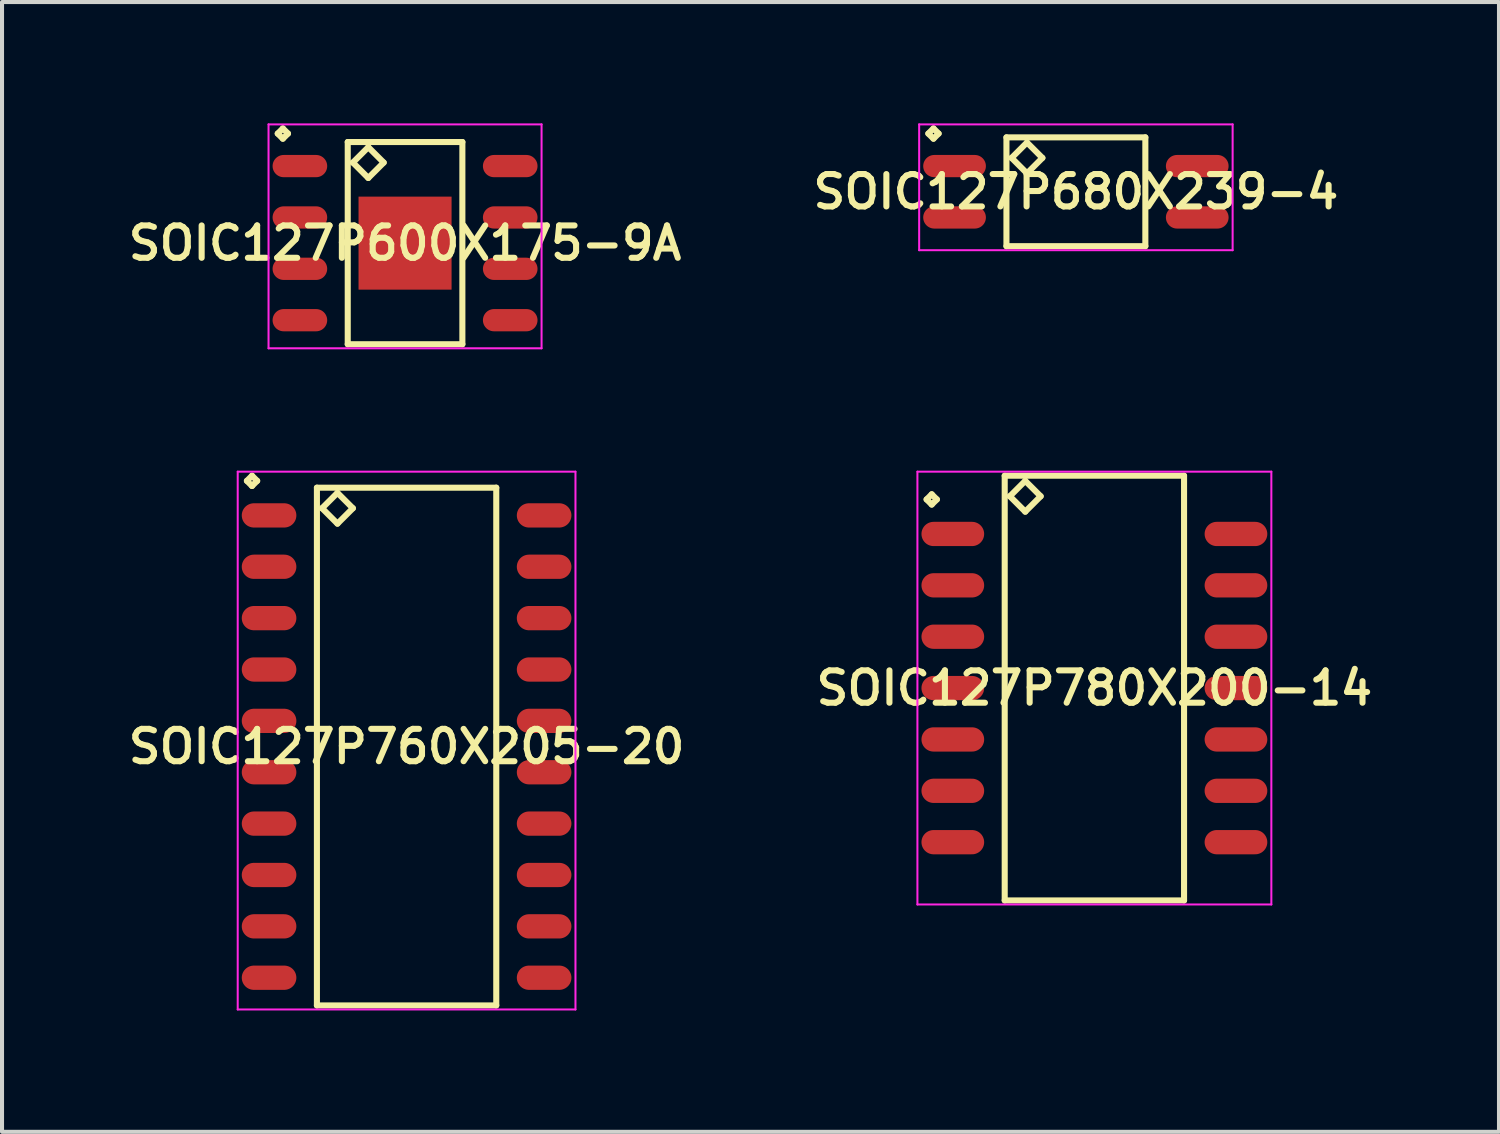
<source format=kicad_pcb>
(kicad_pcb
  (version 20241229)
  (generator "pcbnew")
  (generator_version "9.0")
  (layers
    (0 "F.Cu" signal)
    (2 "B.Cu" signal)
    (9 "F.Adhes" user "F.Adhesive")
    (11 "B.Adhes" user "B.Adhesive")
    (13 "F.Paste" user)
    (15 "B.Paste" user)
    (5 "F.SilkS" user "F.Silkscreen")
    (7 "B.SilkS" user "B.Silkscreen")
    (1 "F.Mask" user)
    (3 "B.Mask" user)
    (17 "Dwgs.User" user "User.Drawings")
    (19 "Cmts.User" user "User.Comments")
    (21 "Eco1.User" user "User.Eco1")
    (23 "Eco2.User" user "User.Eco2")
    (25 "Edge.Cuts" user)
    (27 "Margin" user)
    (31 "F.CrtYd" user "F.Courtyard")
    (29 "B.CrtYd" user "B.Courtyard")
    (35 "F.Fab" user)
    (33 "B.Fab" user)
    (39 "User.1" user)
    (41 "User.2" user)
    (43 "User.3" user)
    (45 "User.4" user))
  (footprint "SOIC127P680X239-4"
    (layer "F.Cu")
    (at 23.549 1.691)
    (property "Reference" "SOIC127P680X239-4" (at 0 0 0) (layer "F.SilkS") (effects (font (size 0.8 0.8) (thickness 0.15))))
    (attr smd)
    (fp_line (start -3.648 -1.439) (end -3.521 -1.566) (stroke (width 0.15) (type solid)) (layer "F.SilkS"))
    (fp_line (start -3.521 -1.566) (end -3.394 -1.439) (stroke (width 0.15) (type solid)) (layer "F.SilkS"))
    (fp_line (start -3.521 -1.312) (end -3.648 -1.439) (stroke (width 0.15) (type solid)) (layer "F.SilkS"))
    (fp_line (start -3.394 -1.439) (end -3.521 -1.312) (stroke (width 0.15) (type solid)) (layer "F.SilkS"))
    (fp_line (start -1.717 -1.345) (end -1.717 1.345) (stroke (width 0.15) (type solid)) (layer "F.SilkS"))
    (fp_line (start -1.717 1.345) (end 1.717 1.345) (stroke (width 0.15) (type solid)) (layer "F.SilkS"))
    (fp_line (start -1.59 -0.837) (end -1.209 -1.218) (stroke (width 0.15) (type solid)) (layer "F.SilkS"))
    (fp_line (start -1.209 -1.218) (end -0.828 -0.837) (stroke (width 0.15) (type solid)) (layer "F.SilkS"))
    (fp_line (start -1.209 -0.456) (end -1.59 -0.837) (stroke (width 0.15) (type solid)) (layer "F.SilkS"))
    (fp_line (start -0.828 -0.837) (end -1.209 -0.456) (stroke (width 0.15) (type solid)) (layer "F.SilkS"))
    (fp_line (start 1.717 -1.345) (end -1.717 -1.345) (stroke (width 0.15) (type solid)) (layer "F.SilkS"))
    (fp_line (start 1.717 1.345) (end 1.717 -1.345) (stroke (width 0.15) (type solid)) (layer "F.SilkS"))
    (fp_line (start -3.875 -1.666) (end 3.875 -1.666) (stroke (width 0.05) (type solid)) (layer "F.CrtYd"))
    (fp_line (start -3.875 1.445) (end -3.875 -1.666) (stroke (width 0.05) (type solid)) (layer "F.CrtYd"))
    (fp_line (start 3.875 -1.666) (end 3.875 1.445) (stroke (width 0.05) (type solid)) (layer "F.CrtYd"))
    (fp_line (start 3.875 1.445) (end -3.875 1.445) (stroke (width 0.05) (type solid)) (layer "F.CrtYd"))
    (pad "1" smd oval (at -3 -0.635) (size 1.55 0.55) (layers "F.Cu" "F.Mask" "F.Paste"))
    (pad "2" smd oval (at -3 0.635) (size 1.55 0.55) (layers "F.Cu" "F.Mask" "F.Paste"))
    (pad "3" smd oval (at 3 0.635) (size 1.55 0.55) (layers "F.Cu" "F.Mask" "F.Paste"))
    (pad "4" smd oval (at 3 -0.635) (size 1.55 0.55) (layers "F.Cu" "F.Mask" "F.Paste")))
  (footprint "SOIC127P760X205-20"
    (layer "F.Cu")
    (at 7.002 15.407)
    (property "Reference" "SOIC127P760X205-20" (at 0 0 0) (layer "F.SilkS") (effects (font (size 0.8 0.8) (thickness 0.15))))
    (attr smd)
    (fp_line (start -3.948 -6.569) (end -3.821 -6.696) (stroke (width 0.15) (type solid)) (layer "F.SilkS"))
    (fp_line (start -3.821 -6.696) (end -3.694 -6.569) (stroke (width 0.15) (type solid)) (layer "F.SilkS"))
    (fp_line (start -3.821 -6.442) (end -3.948 -6.569) (stroke (width 0.15) (type solid)) (layer "F.SilkS"))
    (fp_line (start -3.694 -6.569) (end -3.821 -6.442) (stroke (width 0.15) (type solid)) (layer "F.SilkS"))
    (fp_line (start -2.217 -6.4) (end -2.217 6.4) (stroke (width 0.15) (type solid)) (layer "F.SilkS"))
    (fp_line (start -2.217 6.4) (end 2.217 6.4) (stroke (width 0.15) (type solid)) (layer "F.SilkS"))
    (fp_line (start -2.09 -5.892) (end -1.709 -6.273) (stroke (width 0.15) (type solid)) (layer "F.SilkS"))
    (fp_line (start -1.709 -6.273) (end -1.328 -5.892) (stroke (width 0.15) (type solid)) (layer "F.SilkS"))
    (fp_line (start -1.709 -5.511) (end -2.09 -5.892) (stroke (width 0.15) (type solid)) (layer "F.SilkS"))
    (fp_line (start -1.328 -5.892) (end -1.709 -5.511) (stroke (width 0.15) (type solid)) (layer "F.SilkS"))
    (fp_line (start 2.217 -6.4) (end -2.217 -6.4) (stroke (width 0.15) (type solid)) (layer "F.SilkS"))
    (fp_line (start 2.217 6.4) (end 2.217 -6.4) (stroke (width 0.15) (type solid)) (layer "F.SilkS"))
    (fp_line (start -4.175 -6.796) (end 4.175 -6.796) (stroke (width 0.05) (type solid)) (layer "F.CrtYd"))
    (fp_line (start -4.175 6.5) (end -4.175 -6.796) (stroke (width 0.05) (type solid)) (layer "F.CrtYd"))
    (fp_line (start 4.175 -6.796) (end 4.175 6.5) (stroke (width 0.05) (type solid)) (layer "F.CrtYd"))
    (fp_line (start 4.175 6.5) (end -4.175 6.5) (stroke (width 0.05) (type solid)) (layer "F.CrtYd"))
    (pad "1" smd oval (at -3.4 -5.715) (size 1.35 0.6) (layers "F.Cu" "F.Mask" "F.Paste"))
    (pad "2" smd oval (at -3.4 -4.445) (size 1.35 0.6) (layers "F.Cu" "F.Mask" "F.Paste"))
    (pad "3" smd oval (at -3.4 -3.175) (size 1.35 0.6) (layers "F.Cu" "F.Mask" "F.Paste"))
    (pad "4" smd oval (at -3.4 -1.905) (size 1.35 0.6) (layers "F.Cu" "F.Mask" "F.Paste"))
    (pad "5" smd oval (at -3.4 -0.635) (size 1.35 0.6) (layers "F.Cu" "F.Mask" "F.Paste"))
    (pad "6" smd oval (at -3.4 0.635) (size 1.35 0.6) (layers "F.Cu" "F.Mask" "F.Paste"))
    (pad "7" smd oval (at -3.4 1.905) (size 1.35 0.6) (layers "F.Cu" "F.Mask" "F.Paste"))
    (pad "8" smd oval (at -3.4 3.175) (size 1.35 0.6) (layers "F.Cu" "F.Mask" "F.Paste"))
    (pad "9" smd oval (at -3.4 4.445) (size 1.35 0.6) (layers "F.Cu" "F.Mask" "F.Paste"))
    (pad "10" smd oval (at -3.4 5.715) (size 1.35 0.6) (layers "F.Cu" "F.Mask" "F.Paste"))
    (pad "11" smd oval (at 3.4 5.715) (size 1.35 0.6) (layers "F.Cu" "F.Mask" "F.Paste"))
    (pad "12" smd oval (at 3.4 4.445) (size 1.35 0.6) (layers "F.Cu" "F.Mask" "F.Paste"))
    (pad "13" smd oval (at 3.4 3.175) (size 1.35 0.6) (layers "F.Cu" "F.Mask" "F.Paste"))
    (pad "14" smd oval (at 3.4 1.905) (size 1.35 0.6) (layers "F.Cu" "F.Mask" "F.Paste"))
    (pad "15" smd oval (at 3.4 0.635) (size 1.35 0.6) (layers "F.Cu" "F.Mask" "F.Paste"))
    (pad "16" smd oval (at 3.4 -0.635) (size 1.35 0.6) (layers "F.Cu" "F.Mask" "F.Paste"))
    (pad "17" smd oval (at 3.4 -1.905) (size 1.35 0.6) (layers "F.Cu" "F.Mask" "F.Paste"))
    (pad "18" smd oval (at 3.4 -3.175) (size 1.35 0.6) (layers "F.Cu" "F.Mask" "F.Paste"))
    (pad "19" smd oval (at 3.4 -4.445) (size 1.35 0.6) (layers "F.Cu" "F.Mask" "F.Paste"))
    (pad "20" smd oval (at 3.4 -5.715) (size 1.35 0.6) (layers "F.Cu" "F.Mask" "F.Paste")))
  (footprint "SOIC127P780X200-14"
    (layer "F.Cu")
    (at 24.006 13.961)
    (property "Reference" "SOIC127P780X200-14" (at 0 0 0) (layer "F.SilkS") (effects (font (size 0.8 0.8) (thickness 0.15))))
    (attr smd)
    (fp_line (start -4.148 -4.664) (end -4.021 -4.791) (stroke (width 0.15) (type solid)) (layer "F.SilkS"))
    (fp_line (start -4.021 -4.791) (end -3.894 -4.664) (stroke (width 0.15) (type solid)) (layer "F.SilkS"))
    (fp_line (start -4.021 -4.537) (end -4.148 -4.664) (stroke (width 0.15) (type solid)) (layer "F.SilkS"))
    (fp_line (start -3.894 -4.664) (end -4.021 -4.537) (stroke (width 0.15) (type solid)) (layer "F.SilkS"))
    (fp_line (start -2.217 -5.25) (end -2.217 5.25) (stroke (width 0.15) (type solid)) (layer "F.SilkS"))
    (fp_line (start -2.217 5.25) (end 2.217 5.25) (stroke (width 0.15) (type solid)) (layer "F.SilkS"))
    (fp_line (start -2.09 -4.742) (end -1.709 -5.123) (stroke (width 0.15) (type solid)) (layer "F.SilkS"))
    (fp_line (start -1.709 -5.123) (end -1.328 -4.742) (stroke (width 0.15) (type solid)) (layer "F.SilkS"))
    (fp_line (start -1.709 -4.361) (end -2.09 -4.742) (stroke (width 0.15) (type solid)) (layer "F.SilkS"))
    (fp_line (start -1.328 -4.742) (end -1.709 -4.361) (stroke (width 0.15) (type solid)) (layer "F.SilkS"))
    (fp_line (start 2.217 -5.25) (end -2.217 -5.25) (stroke (width 0.15) (type solid)) (layer "F.SilkS"))
    (fp_line (start 2.217 5.25) (end 2.217 -5.25) (stroke (width 0.15) (type solid)) (layer "F.SilkS"))
    (fp_line (start -4.375 -5.35) (end 4.375 -5.35) (stroke (width 0.05) (type solid)) (layer "F.CrtYd"))
    (fp_line (start -4.375 5.35) (end -4.375 -5.35) (stroke (width 0.05) (type solid)) (layer "F.CrtYd"))
    (fp_line (start 4.375 -5.35) (end 4.375 5.35) (stroke (width 0.05) (type solid)) (layer "F.CrtYd"))
    (fp_line (start 4.375 5.35) (end -4.375 5.35) (stroke (width 0.05) (type solid)) (layer "F.CrtYd"))
    (pad "1" smd oval (at -3.5 -3.81) (size 1.55 0.6) (layers "F.Cu" "F.Mask" "F.Paste"))
    (pad "2" smd oval (at -3.5 -2.54) (size 1.55 0.6) (layers "F.Cu" "F.Mask" "F.Paste"))
    (pad "3" smd oval (at -3.5 -1.27) (size 1.55 0.6) (layers "F.Cu" "F.Mask" "F.Paste"))
    (pad "4" smd oval (at -3.5 0) (size 1.55 0.6) (layers "F.Cu" "F.Mask" "F.Paste"))
    (pad "5" smd oval (at -3.5 1.27) (size 1.55 0.6) (layers "F.Cu" "F.Mask" "F.Paste"))
    (pad "6" smd oval (at -3.5 2.54) (size 1.55 0.6) (layers "F.Cu" "F.Mask" "F.Paste"))
    (pad "7" smd oval (at -3.5 3.81) (size 1.55 0.6) (layers "F.Cu" "F.Mask" "F.Paste"))
    (pad "8" smd oval (at 3.5 3.81) (size 1.55 0.6) (layers "F.Cu" "F.Mask" "F.Paste"))
    (pad "9" smd oval (at 3.5 2.54) (size 1.55 0.6) (layers "F.Cu" "F.Mask" "F.Paste"))
    (pad "10" smd oval (at 3.5 1.27) (size 1.55 0.6) (layers "F.Cu" "F.Mask" "F.Paste"))
    (pad "11" smd oval (at 3.5 0) (size 1.55 0.6) (layers "F.Cu" "F.Mask" "F.Paste"))
    (pad "12" smd oval (at 3.5 -1.27) (size 1.55 0.6) (layers "F.Cu" "F.Mask" "F.Paste"))
    (pad "13" smd oval (at 3.5 -2.54) (size 1.55 0.6) (layers "F.Cu" "F.Mask" "F.Paste"))
    (pad "14" smd oval (at 3.5 -3.81) (size 1.55 0.6) (layers "F.Cu" "F.Mask" "F.Paste")))
  (footprint "SOIC127P600X175-9A"
    (layer "F.Cu")
    (at 6.964 2.961)
    (property "Reference" "SOIC127P600X175-9A" (at 0 0 0) (layer "F.SilkS") (effects (font (size 0.8 0.8) (thickness 0.15))))
    (attr smd)
    (fp_line (start -3.148 -2.709) (end -3.021 -2.836) (stroke (width 0.15) (type solid)) (layer "F.SilkS"))
    (fp_line (start -3.021 -2.836) (end -2.894 -2.709) (stroke (width 0.15) (type solid)) (layer "F.SilkS"))
    (fp_line (start -3.021 -2.582) (end -3.148 -2.709) (stroke (width 0.15) (type solid)) (layer "F.SilkS"))
    (fp_line (start -2.894 -2.709) (end -3.021 -2.582) (stroke (width 0.15) (type solid)) (layer "F.SilkS"))
    (fp_line (start -1.417 -2.5) (end -1.417 2.5) (stroke (width 0.15) (type solid)) (layer "F.SilkS"))
    (fp_line (start -1.417 2.5) (end 1.417 2.5) (stroke (width 0.15) (type solid)) (layer "F.SilkS"))
    (fp_line (start -1.29 -1.992) (end -0.909 -2.373) (stroke (width 0.15) (type solid)) (layer "F.SilkS"))
    (fp_line (start -0.909 -2.373) (end -0.528 -1.992) (stroke (width 0.15) (type solid)) (layer "F.SilkS"))
    (fp_line (start -0.909 -1.611) (end -1.29 -1.992) (stroke (width 0.15) (type solid)) (layer "F.SilkS"))
    (fp_line (start -0.528 -1.992) (end -0.909 -1.611) (stroke (width 0.15) (type solid)) (layer "F.SilkS"))
    (fp_line (start 1.417 -2.5) (end -1.417 -2.5) (stroke (width 0.15) (type solid)) (layer "F.SilkS"))
    (fp_line (start 1.417 2.5) (end 1.417 -2.5) (stroke (width 0.15) (type solid)) (layer "F.SilkS"))
    (fp_line (start -3.375 -2.936) (end 3.375 -2.936) (stroke (width 0.05) (type solid)) (layer "F.CrtYd"))
    (fp_line (start -3.375 2.6) (end -3.375 -2.936) (stroke (width 0.05) (type solid)) (layer "F.CrtYd"))
    (fp_line (start 3.375 -2.936) (end 3.375 2.6) (stroke (width 0.05) (type solid)) (layer "F.CrtYd"))
    (fp_line (start 3.375 2.6) (end -3.375 2.6) (stroke (width 0.05) (type solid)) (layer "F.CrtYd"))
    (pad "1" smd oval (at -2.6 -1.905) (size 1.35 0.55) (layers "F.Cu" "F.Mask" "F.Paste"))
    (pad "2" smd oval (at -2.6 -0.635) (size 1.35 0.55) (layers "F.Cu" "F.Mask" "F.Paste"))
    (pad "3" smd oval (at -2.6 0.635) (size 1.35 0.55) (layers "F.Cu" "F.Mask" "F.Paste"))
    (pad "4" smd oval (at -2.6 1.905) (size 1.35 0.55) (layers "F.Cu" "F.Mask" "F.Paste"))
    (pad "5" smd oval (at 2.6 1.905) (size 1.35 0.55) (layers "F.Cu" "F.Mask" "F.Paste"))
    (pad "6" smd oval (at 2.6 0.635) (size 1.35 0.55) (layers "F.Cu" "F.Mask" "F.Paste"))
    (pad "7" smd oval (at 2.6 -0.635) (size 1.35 0.55) (layers "F.Cu" "F.Mask" "F.Paste"))
    (pad "8" smd oval (at 2.6 -1.905) (size 1.35 0.55) (layers "F.Cu" "F.Mask" "F.Paste"))
    (pad "9" smd rect (at 0 0) (size 2.3 2.3) (layers "F.Cu" "F.Mask" "F.Paste")))
  (gr_rect
    (start -3 -3)
    (end 34.009 24.932)
    (stroke (width 0.1) (type default))
    (fill no)
    (layer "Edge.Cuts")))
</source>
